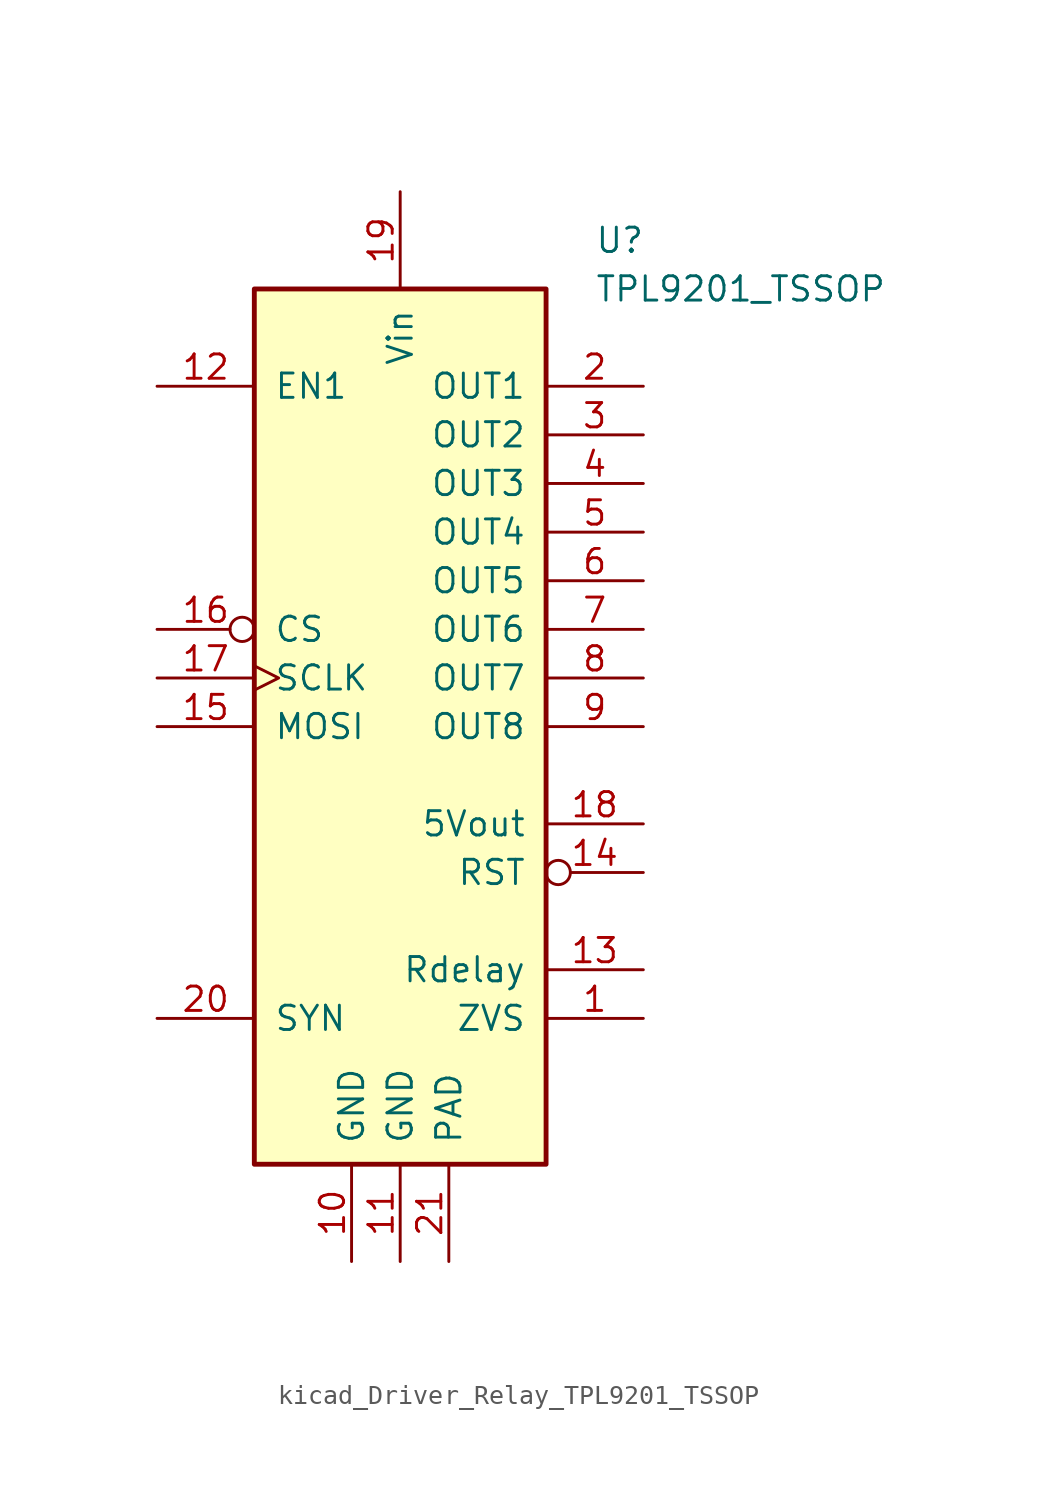
<source format=kicad_sym>
(kicad_symbol_lib
  (version 20220914)
  (generator kicad_symbol_editor)
  (symbol "kicad_Driver_Relay_TPL9201_TSSOP"
    (pin_names
      (offset 1.016))
    (property "Reference" "U"
      (at 10.16 17.78 0)
      (effects (font (size 1.27 1.27)) (justify left)))
    (property "Value" "TPL9201_TSSOP"
      (at 10.16 15.24 0)
      (effects (font (size 1.27 1.27)) (justify left)))
    (symbol "kicad_Driver_Relay_TPL9201_TSSOP_0_1"
      (rectangle (start -7.62 15.24) (end 7.62 -30.48) (stroke (width 0.254) (type default)) (fill (type background))))
    (symbol "kicad_Driver_Relay_TPL9201_TSSOP_1_1"
      (pin output line (at 12.7 -22.86 180) (length 5.08) (name "ZVS" (effects (font (size 1.27 1.27)))) (number "1" (effects (font (size 1.27 1.27)))))
      (pin power_in line (at -2.54 -35.56 90) (length 5.08) (name "GND" (effects (font (size 1.27 1.27)))) (number "10" (effects (font (size 1.27 1.27)))))
      (pin power_in line (at 0 -35.56 90) (length 5.08) (name "GND" (effects (font (size 1.27 1.27)))) (number "11" (effects (font (size 1.27 1.27)))))
      (pin input line (at -12.7 10.16 0) (length 5.08) (name "EN1" (effects (font (size 1.27 1.27)))) (number "12" (effects (font (size 1.27 1.27)))))
      (pin output line (at 12.7 -20.32 180) (length 5.08) (name "Rdelay" (effects (font (size 1.27 1.27)))) (number "13" (effects (font (size 1.27 1.27)))))
      (pin bidirectional inverted (at 12.7 -15.24 180) (length 5.08) (name "RST" (effects (font (size 1.27 1.27)))) (number "14" (effects (font (size 1.27 1.27)))))
      (pin input line (at -12.7 -7.62 0) (length 5.08) (name "MOSI" (effects (font (size 1.27 1.27)))) (number "15" (effects (font (size 1.27 1.27)))))
      (pin input inverted (at -12.7 -2.54 0) (length 5.08) (name "CS" (effects (font (size 1.27 1.27)))) (number "16" (effects (font (size 1.27 1.27)))))
      (pin input clock (at -12.7 -5.08 0) (length 5.08) (name "SCLK" (effects (font (size 1.27 1.27)))) (number "17" (effects (font (size 1.27 1.27)))))
      (pin power_out line (at 12.7 -12.7 180) (length 5.08) (name "5Vout" (effects (font (size 1.27 1.27)))) (number "18" (effects (font (size 1.27 1.27)))))
      (pin power_in line (at 0 20.32 270) (length 5.08) (name "Vin" (effects (font (size 1.27 1.27)))) (number "19" (effects (font (size 1.27 1.27)))))
      (pin output line (at 12.7 10.16 180) (length 5.08) (name "OUT1" (effects (font (size 1.27 1.27)))) (number "2" (effects (font (size 1.27 1.27)))))
      (pin input line (at -12.7 -22.86 0) (length 5.08) (name "SYN" (effects (font (size 1.27 1.27)))) (number "20" (effects (font (size 1.27 1.27)))))
      (pin power_in line (at 2.54 -35.56 90) (length 5.08) (name "PAD" (effects (font (size 1.27 1.27)))) (number "21" (effects (font (size 1.27 1.27)))))
      (pin output line (at 12.7 7.62 180) (length 5.08) (name "OUT2" (effects (font (size 1.27 1.27)))) (number "3" (effects (font (size 1.27 1.27)))))
      (pin output line (at 12.7 5.08 180) (length 5.08) (name "OUT3" (effects (font (size 1.27 1.27)))) (number "4" (effects (font (size 1.27 1.27)))))
      (pin output line (at 12.7 2.54 180) (length 5.08) (name "OUT4" (effects (font (size 1.27 1.27)))) (number "5" (effects (font (size 1.27 1.27)))))
      (pin output line (at 12.7 0 180) (length 5.08) (name "OUT5" (effects (font (size 1.27 1.27)))) (number "6" (effects (font (size 1.27 1.27)))))
      (pin output line (at 12.7 -2.54 180) (length 5.08) (name "OUT6" (effects (font (size 1.27 1.27)))) (number "7" (effects (font (size 1.27 1.27)))))
      (pin output line (at 12.7 -5.08 180) (length 5.08) (name "OUT7" (effects (font (size 1.27 1.27)))) (number "8" (effects (font (size 1.27 1.27)))))
      (pin output line (at 12.7 -7.62 180) (length 5.08) (name "OUT8" (effects (font (size 1.27 1.27)))) (number "9" (effects (font (size 1.27 1.27))))))))
</source>
